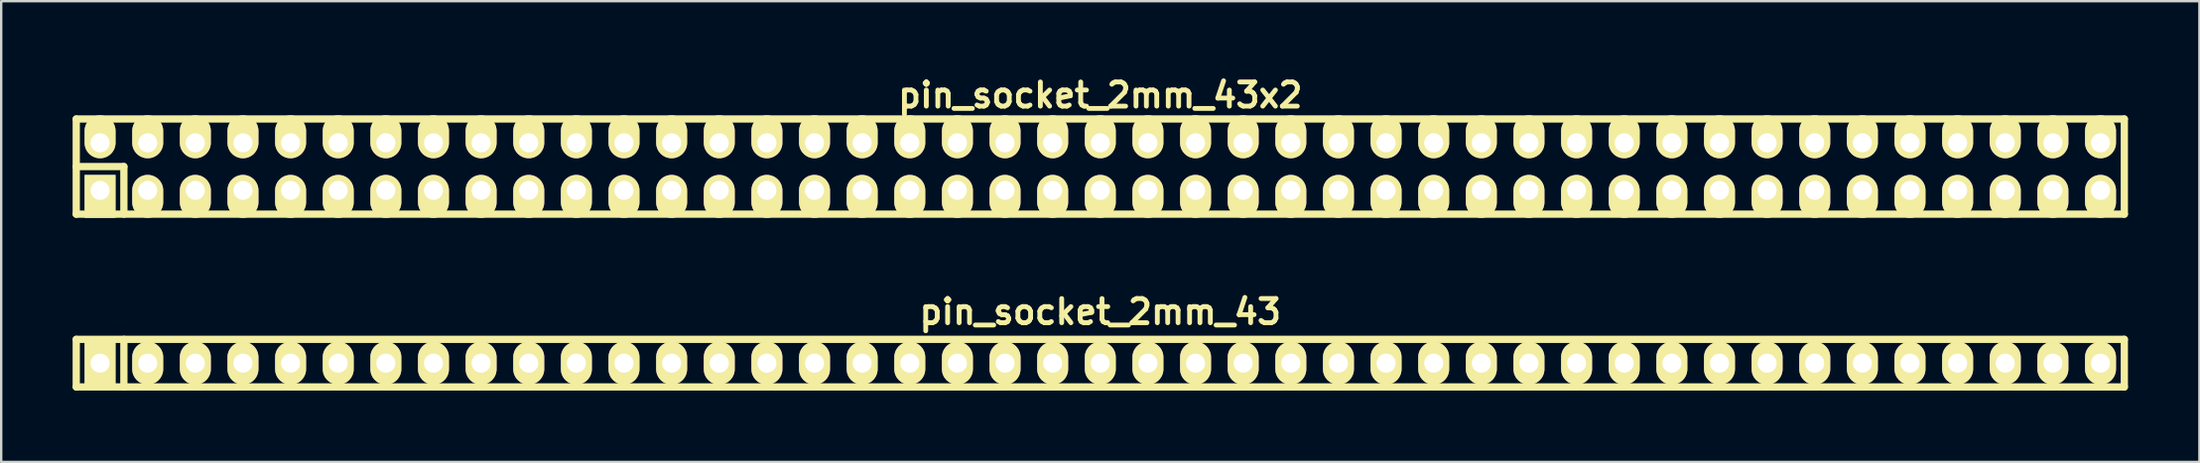
<source format=kicad_pcb>
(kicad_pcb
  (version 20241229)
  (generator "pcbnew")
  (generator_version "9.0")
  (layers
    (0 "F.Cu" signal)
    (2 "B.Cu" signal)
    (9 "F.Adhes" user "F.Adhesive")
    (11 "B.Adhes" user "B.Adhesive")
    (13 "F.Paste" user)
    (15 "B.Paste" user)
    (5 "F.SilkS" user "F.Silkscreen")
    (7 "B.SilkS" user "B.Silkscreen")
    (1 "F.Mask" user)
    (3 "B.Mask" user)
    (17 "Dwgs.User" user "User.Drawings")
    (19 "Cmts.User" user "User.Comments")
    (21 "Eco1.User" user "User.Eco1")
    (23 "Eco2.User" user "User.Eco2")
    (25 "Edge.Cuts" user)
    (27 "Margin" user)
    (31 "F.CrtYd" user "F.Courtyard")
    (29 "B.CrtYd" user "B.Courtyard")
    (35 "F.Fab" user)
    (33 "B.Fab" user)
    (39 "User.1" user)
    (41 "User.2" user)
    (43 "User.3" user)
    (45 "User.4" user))
  (footprint "pin_socket_2mm_43"
    (layer "F.Cu")
    (at 43.152 12.213)
    (property "Reference" "pin_socket_2mm_43" (at 0 -2.159 0) (layer "F.SilkS") (effects (font (size 1.016 1.016) (thickness 0.203))))
    (attr through_hole)
    (fp_line (start -43 -1) (end 43 -1) (stroke (width 0.305) (type solid)) (layer "F.SilkS"))
    (fp_line (start -43 1) (end -43 -1) (stroke (width 0.305) (type solid)) (layer "F.SilkS"))
    (fp_line (start -41 -1) (end -41 1) (stroke (width 0.305) (type solid)) (layer "F.SilkS"))
    (fp_line (start 43 -1) (end 43 1) (stroke (width 0.305) (type solid)) (layer "F.SilkS"))
    (fp_line (start 43 1) (end -43 1) (stroke (width 0.305) (type solid)) (layer "F.SilkS"))
    (pad "1" thru_hole rect (at -42 0) (size 1.3 1.8) (drill 0.8) (layers "*.Cu" "*.Mask" "F.SilkS"))
    (pad "2" thru_hole oval (at -40 0) (size 1.3 1.8) (drill 0.8) (layers "*.Cu" "*.Mask" "F.SilkS"))
    (pad "3" thru_hole oval (at -38 0) (size 1.3 1.8) (drill 0.8) (layers "*.Cu" "*.Mask" "F.SilkS"))
    (pad "4" thru_hole oval (at -36 0) (size 1.3 1.8) (drill 0.8) (layers "*.Cu" "*.Mask" "F.SilkS"))
    (pad "5" thru_hole oval (at -34 0) (size 1.3 1.8) (drill 0.8) (layers "*.Cu" "*.Mask" "F.SilkS"))
    (pad "6" thru_hole oval (at -32 0) (size 1.3 1.8) (drill 0.8) (layers "*.Cu" "*.Mask" "F.SilkS"))
    (pad "7" thru_hole oval (at -30 0) (size 1.3 1.8) (drill 0.8) (layers "*.Cu" "*.Mask" "F.SilkS"))
    (pad "8" thru_hole oval (at -28 0) (size 1.3 1.8) (drill 0.8) (layers "*.Cu" "*.Mask" "F.SilkS"))
    (pad "9" thru_hole oval (at -26 0) (size 1.3 1.8) (drill 0.8) (layers "*.Cu" "*.Mask" "F.SilkS"))
    (pad "10" thru_hole oval (at -24 0) (size 1.3 1.8) (drill 0.8) (layers "*.Cu" "*.Mask" "F.SilkS"))
    (pad "11" thru_hole oval (at -22 0) (size 1.3 1.8) (drill 0.8) (layers "*.Cu" "*.Mask" "F.SilkS"))
    (pad "12" thru_hole oval (at -20 0) (size 1.3 1.8) (drill 0.8) (layers "*.Cu" "*.Mask" "F.SilkS"))
    (pad "13" thru_hole oval (at -18 0) (size 1.3 1.8) (drill 0.8) (layers "*.Cu" "*.Mask" "F.SilkS"))
    (pad "14" thru_hole oval (at -16 0) (size 1.3 1.8) (drill 0.8) (layers "*.Cu" "*.Mask" "F.SilkS"))
    (pad "15" thru_hole oval (at -14 0) (size 1.3 1.8) (drill 0.8) (layers "*.Cu" "*.Mask" "F.SilkS"))
    (pad "16" thru_hole oval (at -12 0) (size 1.3 1.8) (drill 0.8) (layers "*.Cu" "*.Mask" "F.SilkS"))
    (pad "17" thru_hole oval (at -10 0) (size 1.3 1.8) (drill 0.8) (layers "*.Cu" "*.Mask" "F.SilkS"))
    (pad "18" thru_hole oval (at -8 0) (size 1.3 1.8) (drill 0.8) (layers "*.Cu" "*.Mask" "F.SilkS"))
    (pad "19" thru_hole oval (at -6 0) (size 1.3 1.8) (drill 0.8) (layers "*.Cu" "*.Mask" "F.SilkS"))
    (pad "20" thru_hole oval (at -4 0) (size 1.3 1.8) (drill 0.8) (layers "*.Cu" "*.Mask" "F.SilkS"))
    (pad "21" thru_hole oval (at -2 0) (size 1.3 1.8) (drill 0.8) (layers "*.Cu" "*.Mask" "F.SilkS"))
    (pad "22" thru_hole oval (at 0 0) (size 1.3 1.8) (drill 0.8) (layers "*.Cu" "*.Mask" "F.SilkS"))
    (pad "23" thru_hole oval (at 2 0) (size 1.3 1.8) (drill 0.8) (layers "*.Cu" "*.Mask" "F.SilkS"))
    (pad "24" thru_hole oval (at 4 0) (size 1.3 1.8) (drill 0.8) (layers "*.Cu" "*.Mask" "F.SilkS"))
    (pad "25" thru_hole oval (at 6 0) (size 1.3 1.8) (drill 0.8) (layers "*.Cu" "*.Mask" "F.SilkS"))
    (pad "26" thru_hole oval (at 8 0) (size 1.3 1.8) (drill 0.8) (layers "*.Cu" "*.Mask" "F.SilkS"))
    (pad "27" thru_hole oval (at 10 0) (size 1.3 1.8) (drill 0.8) (layers "*.Cu" "*.Mask" "F.SilkS"))
    (pad "28" thru_hole oval (at 12 0) (size 1.3 1.8) (drill 0.8) (layers "*.Cu" "*.Mask" "F.SilkS"))
    (pad "29" thru_hole oval (at 14 0) (size 1.3 1.8) (drill 0.8) (layers "*.Cu" "*.Mask" "F.SilkS"))
    (pad "30" thru_hole oval (at 16 0) (size 1.3 1.8) (drill 0.8) (layers "*.Cu" "*.Mask" "F.SilkS"))
    (pad "31" thru_hole oval (at 18 0) (size 1.3 1.8) (drill 0.8) (layers "*.Cu" "*.Mask" "F.SilkS"))
    (pad "32" thru_hole oval (at 20 0) (size 1.3 1.8) (drill 0.8) (layers "*.Cu" "*.Mask" "F.SilkS"))
    (pad "33" thru_hole oval (at 22 0) (size 1.3 1.8) (drill 0.8) (layers "*.Cu" "*.Mask" "F.SilkS"))
    (pad "34" thru_hole oval (at 24 0) (size 1.3 1.8) (drill 0.8) (layers "*.Cu" "*.Mask" "F.SilkS"))
    (pad "35" thru_hole oval (at 26 0) (size 1.3 1.8) (drill 0.8) (layers "*.Cu" "*.Mask" "F.SilkS"))
    (pad "36" thru_hole oval (at 28 0) (size 1.3 1.8) (drill 0.8) (layers "*.Cu" "*.Mask" "F.SilkS"))
    (pad "37" thru_hole oval (at 30 0) (size 1.3 1.8) (drill 0.8) (layers "*.Cu" "*.Mask" "F.SilkS"))
    (pad "38" thru_hole oval (at 32 0) (size 1.3 1.8) (drill 0.8) (layers "*.Cu" "*.Mask" "F.SilkS"))
    (pad "39" thru_hole oval (at 34 0) (size 1.3 1.8) (drill 0.8) (layers "*.Cu" "*.Mask" "F.SilkS"))
    (pad "40" thru_hole oval (at 36 0) (size 1.3 1.8) (drill 0.8) (layers "*.Cu" "*.Mask" "F.SilkS"))
    (pad "41" thru_hole oval (at 38 0) (size 1.3 1.8) (drill 0.8) (layers "*.Cu" "*.Mask" "F.SilkS"))
    (pad "42" thru_hole oval (at 40 0) (size 1.3 1.8) (drill 0.8) (layers "*.Cu" "*.Mask" "F.SilkS"))
    (pad "43" thru_hole oval (at 42 0) (size 1.3 1.8) (drill 0.8) (layers "*.Cu" "*.Mask" "F.SilkS")))
  (footprint "pin_socket_2mm_43x2"
    (layer "F.Cu")
    (at 43.152 3.951)
    (property "Reference" "pin_socket_2mm_43x2" (at 0 -3 0) (layer "F.SilkS") (effects (font (size 1.016 1.016) (thickness 0.203))))
    (attr through_hole)
    (fp_line (start -43 -2) (end 43 -2) (stroke (width 0.305) (type solid)) (layer "F.SilkS"))
    (fp_line (start -43 0) (end -41 0) (stroke (width 0.305) (type solid)) (layer "F.SilkS"))
    (fp_line (start -43 2) (end -43 -2) (stroke (width 0.305) (type solid)) (layer "F.SilkS"))
    (fp_line (start -41 0) (end -41 2) (stroke (width 0.305) (type solid)) (layer "F.SilkS"))
    (fp_line (start 43 -2) (end 43 2) (stroke (width 0.305) (type solid)) (layer "F.SilkS"))
    (fp_line (start 43 2) (end -43 2) (stroke (width 0.305) (type solid)) (layer "F.SilkS"))
    (pad "1" thru_hole rect (at -42 1) (size 1.3 1.8) (drill 0.8 (offset 0 0.25)) (layers "*.Cu" "*.Mask" "F.SilkS"))
    (pad "2" thru_hole oval (at -42 -1) (size 1.3 1.8) (drill 0.8 (offset 0 -0.25)) (layers "*.Cu" "*.Mask" "F.SilkS"))
    (pad "3" thru_hole oval (at -40 1) (size 1.3 1.8) (drill 0.8 (offset 0 0.25)) (layers "*.Cu" "*.Mask" "F.SilkS"))
    (pad "4" thru_hole oval (at -40 -1) (size 1.3 1.8) (drill 0.8 (offset 0 -0.25)) (layers "*.Cu" "*.Mask" "F.SilkS"))
    (pad "5" thru_hole oval (at -38 1) (size 1.3 1.8) (drill 0.8 (offset 0 0.25)) (layers "*.Cu" "*.Mask" "F.SilkS"))
    (pad "6" thru_hole oval (at -38 -1) (size 1.3 1.8) (drill 0.8 (offset 0 -0.25)) (layers "*.Cu" "*.Mask" "F.SilkS"))
    (pad "7" thru_hole oval (at -36 1) (size 1.3 1.8) (drill 0.8 (offset 0 0.25)) (layers "*.Cu" "*.Mask" "F.SilkS"))
    (pad "8" thru_hole oval (at -36 -1) (size 1.3 1.8) (drill 0.8 (offset 0 -0.25)) (layers "*.Cu" "*.Mask" "F.SilkS"))
    (pad "9" thru_hole oval (at -34 1) (size 1.3 1.8) (drill 0.8 (offset 0 0.25)) (layers "*.Cu" "*.Mask" "F.SilkS"))
    (pad "10" thru_hole oval (at -34 -1) (size 1.3 1.8) (drill 0.8 (offset 0 -0.25)) (layers "*.Cu" "*.Mask" "F.SilkS"))
    (pad "11" thru_hole oval (at -32 1) (size 1.3 1.8) (drill 0.8 (offset 0 0.25)) (layers "*.Cu" "*.Mask" "F.SilkS"))
    (pad "12" thru_hole oval (at -32 -1) (size 1.3 1.8) (drill 0.8 (offset 0 -0.25)) (layers "*.Cu" "*.Mask" "F.SilkS"))
    (pad "13" thru_hole oval (at -30 1) (size 1.3 1.8) (drill 0.8 (offset 0 0.25)) (layers "*.Cu" "*.Mask" "F.SilkS"))
    (pad "14" thru_hole oval (at -30 -1) (size 1.3 1.8) (drill 0.8 (offset 0 -0.25)) (layers "*.Cu" "*.Mask" "F.SilkS"))
    (pad "15" thru_hole oval (at -28 1) (size 1.3 1.8) (drill 0.8 (offset 0 0.25)) (layers "*.Cu" "*.Mask" "F.SilkS"))
    (pad "16" thru_hole oval (at -28 -1) (size 1.3 1.8) (drill 0.8 (offset 0 -0.25)) (layers "*.Cu" "*.Mask" "F.SilkS"))
    (pad "17" thru_hole oval (at -26 1) (size 1.3 1.8) (drill 0.8 (offset 0 0.25)) (layers "*.Cu" "*.Mask" "F.SilkS"))
    (pad "18" thru_hole oval (at -26 -1) (size 1.3 1.8) (drill 0.8 (offset 0 -0.25)) (layers "*.Cu" "*.Mask" "F.SilkS"))
    (pad "19" thru_hole oval (at -24 1) (size 1.3 1.8) (drill 0.8 (offset 0 0.25)) (layers "*.Cu" "*.Mask" "F.SilkS"))
    (pad "20" thru_hole oval (at -24 -1) (size 1.3 1.8) (drill 0.8 (offset 0 -0.25)) (layers "*.Cu" "*.Mask" "F.SilkS"))
    (pad "21" thru_hole oval (at -22 1) (size 1.3 1.8) (drill 0.8 (offset 0 0.25)) (layers "*.Cu" "*.Mask" "F.SilkS"))
    (pad "22" thru_hole oval (at -22 -1) (size 1.3 1.8) (drill 0.8 (offset 0 -0.25)) (layers "*.Cu" "*.Mask" "F.SilkS"))
    (pad "23" thru_hole oval (at -20 1) (size 1.3 1.8) (drill 0.8 (offset 0 0.25)) (layers "*.Cu" "*.Mask" "F.SilkS"))
    (pad "24" thru_hole oval (at -20 -1) (size 1.3 1.8) (drill 0.8 (offset 0 -0.25)) (layers "*.Cu" "*.Mask" "F.SilkS"))
    (pad "25" thru_hole oval (at -18 1) (size 1.3 1.8) (drill 0.8 (offset 0 0.25)) (layers "*.Cu" "*.Mask" "F.SilkS"))
    (pad "26" thru_hole oval (at -18 -1) (size 1.3 1.8) (drill 0.8 (offset 0 -0.25)) (layers "*.Cu" "*.Mask" "F.SilkS"))
    (pad "27" thru_hole oval (at -16 1) (size 1.3 1.8) (drill 0.8 (offset 0 0.25)) (layers "*.Cu" "*.Mask" "F.SilkS"))
    (pad "28" thru_hole oval (at -16 -1) (size 1.3 1.8) (drill 0.8 (offset 0 -0.25)) (layers "*.Cu" "*.Mask" "F.SilkS"))
    (pad "29" thru_hole oval (at -14 1) (size 1.3 1.8) (drill 0.8 (offset 0 0.25)) (layers "*.Cu" "*.Mask" "F.SilkS"))
    (pad "30" thru_hole oval (at -14 -1) (size 1.3 1.8) (drill 0.8 (offset 0 -0.25)) (layers "*.Cu" "*.Mask" "F.SilkS"))
    (pad "31" thru_hole oval (at -12 1) (size 1.3 1.8) (drill 0.8 (offset 0 0.25)) (layers "*.Cu" "*.Mask" "F.SilkS"))
    (pad "32" thru_hole oval (at -12 -1) (size 1.3 1.8) (drill 0.8 (offset 0 -0.25)) (layers "*.Cu" "*.Mask" "F.SilkS"))
    (pad "33" thru_hole oval (at -10 1) (size 1.3 1.8) (drill 0.8 (offset 0 0.25)) (layers "*.Cu" "*.Mask" "F.SilkS"))
    (pad "34" thru_hole oval (at -10 -1) (size 1.3 1.8) (drill 0.8 (offset 0 -0.25)) (layers "*.Cu" "*.Mask" "F.SilkS"))
    (pad "35" thru_hole oval (at -8 1) (size 1.3 1.8) (drill 0.8 (offset 0 0.25)) (layers "*.Cu" "*.Mask" "F.SilkS"))
    (pad "36" thru_hole oval (at -8 -1) (size 1.3 1.8) (drill 0.8 (offset 0 -0.25)) (layers "*.Cu" "*.Mask" "F.SilkS"))
    (pad "37" thru_hole oval (at -6 1) (size 1.3 1.8) (drill 0.8 (offset 0 0.25)) (layers "*.Cu" "*.Mask" "F.SilkS"))
    (pad "38" thru_hole oval (at -6 -1) (size 1.3 1.8) (drill 0.8 (offset 0 -0.25)) (layers "*.Cu" "*.Mask" "F.SilkS"))
    (pad "39" thru_hole oval (at -4 1) (size 1.3 1.8) (drill 0.8 (offset 0 0.25)) (layers "*.Cu" "*.Mask" "F.SilkS"))
    (pad "40" thru_hole oval (at -4 -1) (size 1.3 1.8) (drill 0.8 (offset 0 -0.25)) (layers "*.Cu" "*.Mask" "F.SilkS"))
    (pad "41" thru_hole oval (at -2 1) (size 1.3 1.8) (drill 0.8 (offset 0 0.25)) (layers "*.Cu" "*.Mask" "F.SilkS"))
    (pad "42" thru_hole oval (at -2 -1) (size 1.3 1.8) (drill 0.8 (offset 0 -0.25)) (layers "*.Cu" "*.Mask" "F.SilkS"))
    (pad "43" thru_hole oval (at 0 1) (size 1.3 1.8) (drill 0.8 (offset 0 0.25)) (layers "*.Cu" "*.Mask" "F.SilkS"))
    (pad "44" thru_hole oval (at 0 -1) (size 1.3 1.8) (drill 0.8 (offset 0 -0.25)) (layers "*.Cu" "*.Mask" "F.SilkS"))
    (pad "45" thru_hole oval (at 2 1) (size 1.3 1.8) (drill 0.8 (offset 0 0.25)) (layers "*.Cu" "*.Mask" "F.SilkS"))
    (pad "46" thru_hole oval (at 2 -1) (size 1.3 1.8) (drill 0.8 (offset 0 -0.25)) (layers "*.Cu" "*.Mask" "F.SilkS"))
    (pad "47" thru_hole oval (at 4 1) (size 1.3 1.8) (drill 0.8 (offset 0 0.25)) (layers "*.Cu" "*.Mask" "F.SilkS"))
    (pad "48" thru_hole oval (at 4 -1) (size 1.3 1.8) (drill 0.8 (offset 0 -0.25)) (layers "*.Cu" "*.Mask" "F.SilkS"))
    (pad "49" thru_hole oval (at 6 1) (size 1.3 1.8) (drill 0.8 (offset 0 0.25)) (layers "*.Cu" "*.Mask" "F.SilkS"))
    (pad "50" thru_hole oval (at 6 -1) (size 1.3 1.8) (drill 0.8 (offset 0 -0.25)) (layers "*.Cu" "*.Mask" "F.SilkS"))
    (pad "51" thru_hole oval (at 8 1) (size 1.3 1.8) (drill 0.8 (offset 0 0.25)) (layers "*.Cu" "*.Mask" "F.SilkS"))
    (pad "52" thru_hole oval (at 8 -1) (size 1.3 1.8) (drill 0.8 (offset 0 -0.25)) (layers "*.Cu" "*.Mask" "F.SilkS"))
    (pad "53" thru_hole oval (at 10 1) (size 1.3 1.8) (drill 0.8 (offset 0 0.25)) (layers "*.Cu" "*.Mask" "F.SilkS"))
    (pad "54" thru_hole oval (at 10 -1) (size 1.3 1.8) (drill 0.8 (offset 0 -0.25)) (layers "*.Cu" "*.Mask" "F.SilkS"))
    (pad "55" thru_hole oval (at 12 1) (size 1.3 1.8) (drill 0.8 (offset 0 0.25)) (layers "*.Cu" "*.Mask" "F.SilkS"))
    (pad "56" thru_hole oval (at 12 -1) (size 1.3 1.8) (drill 0.8 (offset 0 -0.25)) (layers "*.Cu" "*.Mask" "F.SilkS"))
    (pad "57" thru_hole oval (at 14 1) (size 1.3 1.8) (drill 0.8 (offset 0 0.25)) (layers "*.Cu" "*.Mask" "F.SilkS"))
    (pad "58" thru_hole oval (at 14 -1) (size 1.3 1.8) (drill 0.8 (offset 0 -0.25)) (layers "*.Cu" "*.Mask" "F.SilkS"))
    (pad "59" thru_hole oval (at 16 1) (size 1.3 1.8) (drill 0.8 (offset 0 0.25)) (layers "*.Cu" "*.Mask" "F.SilkS"))
    (pad "60" thru_hole oval (at 16 -1) (size 1.3 1.8) (drill 0.8 (offset 0 -0.25)) (layers "*.Cu" "*.Mask" "F.SilkS"))
    (pad "61" thru_hole oval (at 18 1) (size 1.3 1.8) (drill 0.8 (offset 0 0.25)) (layers "*.Cu" "*.Mask" "F.SilkS"))
    (pad "62" thru_hole oval (at 18 -1) (size 1.3 1.8) (drill 0.8 (offset 0 -0.25)) (layers "*.Cu" "*.Mask" "F.SilkS"))
    (pad "63" thru_hole oval (at 20 1) (size 1.3 1.8) (drill 0.8 (offset 0 0.25)) (layers "*.Cu" "*.Mask" "F.SilkS"))
    (pad "64" thru_hole oval (at 20 -1) (size 1.3 1.8) (drill 0.8 (offset 0 -0.25)) (layers "*.Cu" "*.Mask" "F.SilkS"))
    (pad "65" thru_hole oval (at 22 1) (size 1.3 1.8) (drill 0.8 (offset 0 0.25)) (layers "*.Cu" "*.Mask" "F.SilkS"))
    (pad "66" thru_hole oval (at 22 -1) (size 1.3 1.8) (drill 0.8 (offset 0 -0.25)) (layers "*.Cu" "*.Mask" "F.SilkS"))
    (pad "67" thru_hole oval (at 24 1) (size 1.3 1.8) (drill 0.8 (offset 0 0.25)) (layers "*.Cu" "*.Mask" "F.SilkS"))
    (pad "68" thru_hole oval (at 24 -1) (size 1.3 1.8) (drill 0.8 (offset 0 -0.25)) (layers "*.Cu" "*.Mask" "F.SilkS"))
    (pad "69" thru_hole oval (at 26 1) (size 1.3 1.8) (drill 0.8 (offset 0 0.25)) (layers "*.Cu" "*.Mask" "F.SilkS"))
    (pad "70" thru_hole oval (at 26 -1) (size 1.3 1.8) (drill 0.8 (offset 0 -0.25)) (layers "*.Cu" "*.Mask" "F.SilkS"))
    (pad "71" thru_hole oval (at 28 1) (size 1.3 1.8) (drill 0.8 (offset 0 0.25)) (layers "*.Cu" "*.Mask" "F.SilkS"))
    (pad "72" thru_hole oval (at 28 -1) (size 1.3 1.8) (drill 0.8 (offset 0 -0.25)) (layers "*.Cu" "*.Mask" "F.SilkS"))
    (pad "73" thru_hole oval (at 30 1) (size 1.3 1.8) (drill 0.8 (offset 0 0.25)) (layers "*.Cu" "*.Mask" "F.SilkS"))
    (pad "74" thru_hole oval (at 30 -1) (size 1.3 1.8) (drill 0.8 (offset 0 -0.25)) (layers "*.Cu" "*.Mask" "F.SilkS"))
    (pad "75" thru_hole oval (at 32 1) (size 1.3 1.8) (drill 0.8 (offset 0 0.25)) (layers "*.Cu" "*.Mask" "F.SilkS"))
    (pad "76" thru_hole oval (at 32 -1) (size 1.3 1.8) (drill 0.8 (offset 0 -0.25)) (layers "*.Cu" "*.Mask" "F.SilkS"))
    (pad "77" thru_hole oval (at 34 1) (size 1.3 1.8) (drill 0.8 (offset 0 0.25)) (layers "*.Cu" "*.Mask" "F.SilkS"))
    (pad "78" thru_hole oval (at 34 -1) (size 1.3 1.8) (drill 0.8 (offset 0 -0.25)) (layers "*.Cu" "*.Mask" "F.SilkS"))
    (pad "79" thru_hole oval (at 36 1) (size 1.3 1.8) (drill 0.8 (offset 0 0.25)) (layers "*.Cu" "*.Mask" "F.SilkS"))
    (pad "80" thru_hole oval (at 36 -1) (size 1.3 1.8) (drill 0.8 (offset 0 -0.25)) (layers "*.Cu" "*.Mask" "F.SilkS"))
    (pad "81" thru_hole oval (at 38 1) (size 1.3 1.8) (drill 0.8 (offset 0 0.25)) (layers "*.Cu" "*.Mask" "F.SilkS"))
    (pad "82" thru_hole oval (at 38 -1) (size 1.3 1.8) (drill 0.8 (offset 0 -0.25)) (layers "*.Cu" "*.Mask" "F.SilkS"))
    (pad "83" thru_hole oval (at 40 1) (size 1.3 1.8) (drill 0.8 (offset 0 0.25)) (layers "*.Cu" "*.Mask" "F.SilkS"))
    (pad "84" thru_hole oval (at 40 -1) (size 1.3 1.8) (drill 0.8 (offset 0 -0.25)) (layers "*.Cu" "*.Mask" "F.SilkS"))
    (pad "85" thru_hole oval (at 42 1) (size 1.3 1.8) (drill 0.8 (offset 0 0.25)) (layers "*.Cu" "*.Mask" "F.SilkS"))
    (pad "86" thru_hole oval (at 42 -1) (size 1.3 1.8) (drill 0.8 (offset 0 -0.25)) (layers "*.Cu" "*.Mask" "F.SilkS")))
  (gr_rect
    (start -3 -3)
    (end 89.305 16.366)
    (stroke (width 0.1) (type default))
    (fill no)
    (layer "Edge.Cuts")))
</source>
